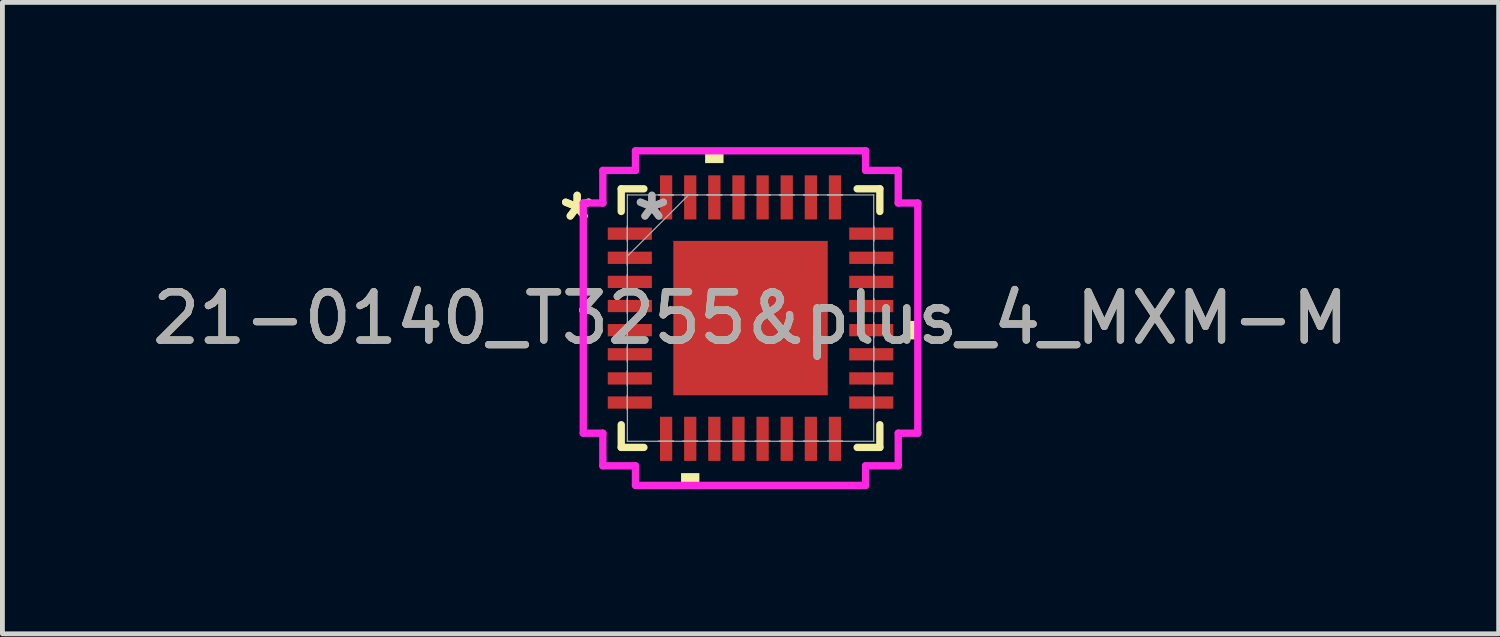
<source format=kicad_pcb>
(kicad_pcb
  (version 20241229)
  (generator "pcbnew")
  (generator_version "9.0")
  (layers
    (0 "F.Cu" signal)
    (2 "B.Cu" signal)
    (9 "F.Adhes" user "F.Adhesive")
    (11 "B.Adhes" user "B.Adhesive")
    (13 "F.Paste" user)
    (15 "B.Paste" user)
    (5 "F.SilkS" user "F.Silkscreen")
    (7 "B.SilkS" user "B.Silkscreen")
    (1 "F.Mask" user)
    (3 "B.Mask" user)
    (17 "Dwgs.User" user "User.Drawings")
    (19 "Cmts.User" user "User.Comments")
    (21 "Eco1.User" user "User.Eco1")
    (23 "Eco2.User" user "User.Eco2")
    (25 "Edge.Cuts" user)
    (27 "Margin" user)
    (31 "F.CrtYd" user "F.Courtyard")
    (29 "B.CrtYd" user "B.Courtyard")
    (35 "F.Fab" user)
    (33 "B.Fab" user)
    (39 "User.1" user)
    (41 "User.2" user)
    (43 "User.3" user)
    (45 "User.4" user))
  (footprint "21-0140_T3255&plus_4_MXM-M"
    (layer "F.Cu")
    (at 12.506 3.543)
    (property "Reference" "21-0140_T3255&plus_4_MXM-M" (at 0 0 0) (unlocked yes) (layer "F.SilkS") (effects (font (size 1 1) (thickness 0.15))))
    (attr smd)
    (fp_line (start -2.68 -2.68) (end -2.68 -2.21) (stroke (width 0.152) (type solid)) (layer "F.SilkS"))
    (fp_line (start -2.68 2.21) (end -2.68 2.68) (stroke (width 0.152) (type solid)) (layer "F.SilkS"))
    (fp_line (start -2.68 2.68) (end -2.21 2.68) (stroke (width 0.152) (type solid)) (layer "F.SilkS"))
    (fp_line (start -2.21 -2.68) (end -2.68 -2.68) (stroke (width 0.152) (type solid)) (layer "F.SilkS"))
    (fp_line (start 2.21 2.68) (end 2.68 2.68) (stroke (width 0.152) (type solid)) (layer "F.SilkS"))
    (fp_line (start 2.68 -2.68) (end 2.21 -2.68) (stroke (width 0.152) (type solid)) (layer "F.SilkS"))
    (fp_line (start 2.68 -2.21) (end 2.68 -2.68) (stroke (width 0.152) (type solid)) (layer "F.SilkS"))
    (fp_line (start 2.68 2.68) (end 2.68 2.21) (stroke (width 0.152) (type solid)) (layer "F.SilkS"))
    (fp_poly (pts (xy -1.44 3.213) (xy -1.44 3.467) (xy -1.06 3.467) (xy -1.06 3.213)) (stroke (width 0) (type solid)) (fill yes) (layer "F.SilkS"))
    (fp_poly (pts (xy -0.941 -3.213) (xy -0.941 -3.467) (xy -0.56 -3.467) (xy -0.56 -3.213)) (stroke (width 0) (type solid)) (fill yes) (layer "F.SilkS"))
    (fp_poly (pts (xy 3.467 0.059) (xy 3.467 0.441) (xy 3.213 0.441) (xy 3.213 0.059)) (stroke (width 0) (type solid)) (fill yes) (layer "F.SilkS"))
    (fp_poly (pts (xy -1.5 -1.5) (xy -1.5 -0.1) (xy -0.1 -0.1) (xy -0.1 -1.5)) (stroke (width 0) (type solid)) (fill yes) (layer "F.Paste"))
    (fp_poly (pts (xy -1.5 0.1) (xy -1.5 1.5) (xy -0.1 1.5) (xy -0.1 0.1)) (stroke (width 0) (type solid)) (fill yes) (layer "F.Paste"))
    (fp_poly (pts (xy 0.1 -1.5) (xy 0.1 -0.1) (xy 1.5 -0.1) (xy 1.5 -1.5)) (stroke (width 0) (type solid)) (fill yes) (layer "F.Paste"))
    (fp_poly (pts (xy 0.1 0.1) (xy 0.1 1.5) (xy 1.5 1.5) (xy 1.5 0.1)) (stroke (width 0) (type solid)) (fill yes) (layer "F.Paste"))
    (fp_line (start -3.467 -2.385) (end -3.061 -2.385) (stroke (width 0.152) (type solid)) (layer "F.CrtYd"))
    (fp_line (start -3.467 2.385) (end -3.467 -2.385) (stroke (width 0.152) (type solid)) (layer "F.CrtYd"))
    (fp_line (start -3.061 -3.061) (end -2.385 -3.061) (stroke (width 0.152) (type solid)) (layer "F.CrtYd"))
    (fp_line (start -3.061 -2.385) (end -3.061 -3.061) (stroke (width 0.152) (type solid)) (layer "F.CrtYd"))
    (fp_line (start -3.061 2.385) (end -3.467 2.385) (stroke (width 0.152) (type solid)) (layer "F.CrtYd"))
    (fp_line (start -3.061 3.061) (end -3.061 2.385) (stroke (width 0.152) (type solid)) (layer "F.CrtYd"))
    (fp_line (start -2.385 -3.467) (end 2.385 -3.467) (stroke (width 0.152) (type solid)) (layer "F.CrtYd"))
    (fp_line (start -2.385 -3.061) (end -2.385 -3.467) (stroke (width 0.152) (type solid)) (layer "F.CrtYd"))
    (fp_line (start -2.385 3.061) (end -3.061 3.061) (stroke (width 0.152) (type solid)) (layer "F.CrtYd"))
    (fp_line (start -2.385 3.467) (end -2.385 3.061) (stroke (width 0.152) (type solid)) (layer "F.CrtYd"))
    (fp_line (start 2.385 -3.467) (end 2.385 -3.061) (stroke (width 0.152) (type solid)) (layer "F.CrtYd"))
    (fp_line (start 2.385 -3.061) (end 3.061 -3.061) (stroke (width 0.152) (type solid)) (layer "F.CrtYd"))
    (fp_line (start 2.385 3.061) (end 2.385 3.467) (stroke (width 0.152) (type solid)) (layer "F.CrtYd"))
    (fp_line (start 2.385 3.467) (end -2.385 3.467) (stroke (width 0.152) (type solid)) (layer "F.CrtYd"))
    (fp_line (start 3.061 -3.061) (end 3.061 -2.385) (stroke (width 0.152) (type solid)) (layer "F.CrtYd"))
    (fp_line (start 3.061 -2.385) (end 3.467 -2.385) (stroke (width 0.152) (type solid)) (layer "F.CrtYd"))
    (fp_line (start 3.061 2.385) (end 3.061 3.061) (stroke (width 0.152) (type solid)) (layer "F.CrtYd"))
    (fp_line (start 3.061 3.061) (end 2.385 3.061) (stroke (width 0.152) (type solid)) (layer "F.CrtYd"))
    (fp_line (start 3.467 -2.385) (end 3.467 2.385) (stroke (width 0.152) (type solid)) (layer "F.CrtYd"))
    (fp_line (start 3.467 2.385) (end 3.061 2.385) (stroke (width 0.152) (type solid)) (layer "F.CrtYd"))
    (fp_line (start -2.553 -2.553) (end -2.553 -2.553) (stroke (width 0.025) (type solid)) (layer "F.Fab"))
    (fp_line (start -2.553 -2.553) (end -2.553 2.553) (stroke (width 0.025) (type solid)) (layer "F.Fab"))
    (fp_line (start -2.553 -1.902) (end -2.553 -1.902) (stroke (width 0.025) (type solid)) (layer "F.Fab"))
    (fp_line (start -2.553 -1.902) (end -2.553 -1.598) (stroke (width 0.025) (type solid)) (layer "F.Fab"))
    (fp_line (start -2.553 -1.598) (end -2.553 -1.902) (stroke (width 0.025) (type solid)) (layer "F.Fab"))
    (fp_line (start -2.553 -1.598) (end -2.553 -1.598) (stroke (width 0.025) (type solid)) (layer "F.Fab"))
    (fp_line (start -2.553 -1.402) (end -2.553 -1.402) (stroke (width 0.025) (type solid)) (layer "F.Fab"))
    (fp_line (start -2.553 -1.402) (end -2.553 -1.098) (stroke (width 0.025) (type solid)) (layer "F.Fab"))
    (fp_line (start -2.553 -1.283) (end -1.283 -2.553) (stroke (width 0.025) (type solid)) (layer "F.Fab"))
    (fp_line (start -2.553 -1.098) (end -2.553 -1.402) (stroke (width 0.025) (type solid)) (layer "F.Fab"))
    (fp_line (start -2.553 -1.098) (end -2.553 -1.098) (stroke (width 0.025) (type solid)) (layer "F.Fab"))
    (fp_line (start -2.553 -0.902) (end -2.553 -0.902) (stroke (width 0.025) (type solid)) (layer "F.Fab"))
    (fp_line (start -2.553 -0.902) (end -2.553 -0.598) (stroke (width 0.025) (type solid)) (layer "F.Fab"))
    (fp_line (start -2.553 -0.598) (end -2.553 -0.902) (stroke (width 0.025) (type solid)) (layer "F.Fab"))
    (fp_line (start -2.553 -0.598) (end -2.553 -0.598) (stroke (width 0.025) (type solid)) (layer "F.Fab"))
    (fp_line (start -2.553 -0.402) (end -2.553 -0.402) (stroke (width 0.025) (type solid)) (layer "F.Fab"))
    (fp_line (start -2.553 -0.402) (end -2.553 -0.098) (stroke (width 0.025) (type solid)) (layer "F.Fab"))
    (fp_line (start -2.553 -0.098) (end -2.553 -0.402) (stroke (width 0.025) (type solid)) (layer "F.Fab"))
    (fp_line (start -2.553 -0.098) (end -2.553 -0.098) (stroke (width 0.025) (type solid)) (layer "F.Fab"))
    (fp_line (start -2.553 0.098) (end -2.553 0.098) (stroke (width 0.025) (type solid)) (layer "F.Fab"))
    (fp_line (start -2.553 0.098) (end -2.553 0.402) (stroke (width 0.025) (type solid)) (layer "F.Fab"))
    (fp_line (start -2.553 0.402) (end -2.553 0.098) (stroke (width 0.025) (type solid)) (layer "F.Fab"))
    (fp_line (start -2.553 0.402) (end -2.553 0.402) (stroke (width 0.025) (type solid)) (layer "F.Fab"))
    (fp_line (start -2.553 0.598) (end -2.553 0.598) (stroke (width 0.025) (type solid)) (layer "F.Fab"))
    (fp_line (start -2.553 0.598) (end -2.553 0.902) (stroke (width 0.025) (type solid)) (layer "F.Fab"))
    (fp_line (start -2.553 0.902) (end -2.553 0.598) (stroke (width 0.025) (type solid)) (layer "F.Fab"))
    (fp_line (start -2.553 0.902) (end -2.553 0.902) (stroke (width 0.025) (type solid)) (layer "F.Fab"))
    (fp_line (start -2.553 1.098) (end -2.553 1.098) (stroke (width 0.025) (type solid)) (layer "F.Fab"))
    (fp_line (start -2.553 1.098) (end -2.553 1.402) (stroke (width 0.025) (type solid)) (layer "F.Fab"))
    (fp_line (start -2.553 1.402) (end -2.553 1.098) (stroke (width 0.025) (type solid)) (layer "F.Fab"))
    (fp_line (start -2.553 1.402) (end -2.553 1.402) (stroke (width 0.025) (type solid)) (layer "F.Fab"))
    (fp_line (start -2.553 1.598) (end -2.553 1.598) (stroke (width 0.025) (type solid)) (layer "F.Fab"))
    (fp_line (start -2.553 1.598) (end -2.553 1.902) (stroke (width 0.025) (type solid)) (layer "F.Fab"))
    (fp_line (start -2.553 1.902) (end -2.553 1.598) (stroke (width 0.025) (type solid)) (layer "F.Fab"))
    (fp_line (start -2.553 1.902) (end -2.553 1.902) (stroke (width 0.025) (type solid)) (layer "F.Fab"))
    (fp_line (start -2.553 2.553) (end -2.553 2.553) (stroke (width 0.025) (type solid)) (layer "F.Fab"))
    (fp_line (start -2.553 2.553) (end 2.553 2.553) (stroke (width 0.025) (type solid)) (layer "F.Fab"))
    (fp_line (start -1.902 -2.553) (end -1.902 -2.553) (stroke (width 0.025) (type solid)) (layer "F.Fab"))
    (fp_line (start -1.902 -2.553) (end -1.598 -2.553) (stroke (width 0.025) (type solid)) (layer "F.Fab"))
    (fp_line (start -1.902 2.553) (end -1.902 2.553) (stroke (width 0.025) (type solid)) (layer "F.Fab"))
    (fp_line (start -1.902 2.553) (end -1.598 2.553) (stroke (width 0.025) (type solid)) (layer "F.Fab"))
    (fp_line (start -1.598 -2.553) (end -1.902 -2.553) (stroke (width 0.025) (type solid)) (layer "F.Fab"))
    (fp_line (start -1.598 -2.553) (end -1.598 -2.553) (stroke (width 0.025) (type solid)) (layer "F.Fab"))
    (fp_line (start -1.598 2.553) (end -1.902 2.553) (stroke (width 0.025) (type solid)) (layer "F.Fab"))
    (fp_line (start -1.598 2.553) (end -1.598 2.553) (stroke (width 0.025) (type solid)) (layer "F.Fab"))
    (fp_line (start -1.402 -2.553) (end -1.402 -2.553) (stroke (width 0.025) (type solid)) (layer "F.Fab"))
    (fp_line (start -1.402 -2.553) (end -1.098 -2.553) (stroke (width 0.025) (type solid)) (layer "F.Fab"))
    (fp_line (start -1.402 2.553) (end -1.402 2.553) (stroke (width 0.025) (type solid)) (layer "F.Fab"))
    (fp_line (start -1.402 2.553) (end -1.098 2.553) (stroke (width 0.025) (type solid)) (layer "F.Fab"))
    (fp_line (start -1.098 -2.553) (end -1.402 -2.553) (stroke (width 0.025) (type solid)) (layer "F.Fab"))
    (fp_line (start -1.098 -2.553) (end -1.098 -2.553) (stroke (width 0.025) (type solid)) (layer "F.Fab"))
    (fp_line (start -1.098 2.553) (end -1.402 2.553) (stroke (width 0.025) (type solid)) (layer "F.Fab"))
    (fp_line (start -1.098 2.553) (end -1.098 2.553) (stroke (width 0.025) (type solid)) (layer "F.Fab"))
    (fp_line (start -0.902 -2.553) (end -0.902 -2.553) (stroke (width 0.025) (type solid)) (layer "F.Fab"))
    (fp_line (start -0.902 -2.553) (end -0.598 -2.553) (stroke (width 0.025) (type solid)) (layer "F.Fab"))
    (fp_line (start -0.902 2.553) (end -0.902 2.553) (stroke (width 0.025) (type solid)) (layer "F.Fab"))
    (fp_line (start -0.902 2.553) (end -0.598 2.553) (stroke (width 0.025) (type solid)) (layer "F.Fab"))
    (fp_line (start -0.598 -2.553) (end -0.902 -2.553) (stroke (width 0.025) (type solid)) (layer "F.Fab"))
    (fp_line (start -0.598 -2.553) (end -0.598 -2.553) (stroke (width 0.025) (type solid)) (layer "F.Fab"))
    (fp_line (start -0.598 2.553) (end -0.902 2.553) (stroke (width 0.025) (type solid)) (layer "F.Fab"))
    (fp_line (start -0.598 2.553) (end -0.598 2.553) (stroke (width 0.025) (type solid)) (layer "F.Fab"))
    (fp_line (start -0.402 -2.553) (end -0.402 -2.553) (stroke (width 0.025) (type solid)) (layer "F.Fab"))
    (fp_line (start -0.402 -2.553) (end -0.098 -2.553) (stroke (width 0.025) (type solid)) (layer "F.Fab"))
    (fp_line (start -0.402 2.553) (end -0.402 2.553) (stroke (width 0.025) (type solid)) (layer "F.Fab"))
    (fp_line (start -0.402 2.553) (end -0.098 2.553) (stroke (width 0.025) (type solid)) (layer "F.Fab"))
    (fp_line (start -0.098 -2.553) (end -0.402 -2.553) (stroke (width 0.025) (type solid)) (layer "F.Fab"))
    (fp_line (start -0.098 -2.553) (end -0.098 -2.553) (stroke (width 0.025) (type solid)) (layer "F.Fab"))
    (fp_line (start -0.098 2.553) (end -0.402 2.553) (stroke (width 0.025) (type solid)) (layer "F.Fab"))
    (fp_line (start -0.098 2.553) (end -0.098 2.553) (stroke (width 0.025) (type solid)) (layer "F.Fab"))
    (fp_line (start 0.098 -2.553) (end 0.098 -2.553) (stroke (width 0.025) (type solid)) (layer "F.Fab"))
    (fp_line (start 0.098 -2.553) (end 0.402 -2.553) (stroke (width 0.025) (type solid)) (layer "F.Fab"))
    (fp_line (start 0.098 2.553) (end 0.098 2.553) (stroke (width 0.025) (type solid)) (layer "F.Fab"))
    (fp_line (start 0.098 2.553) (end 0.402 2.553) (stroke (width 0.025) (type solid)) (layer "F.Fab"))
    (fp_line (start 0.402 -2.553) (end 0.098 -2.553) (stroke (width 0.025) (type solid)) (layer "F.Fab"))
    (fp_line (start 0.402 -2.553) (end 0.402 -2.553) (stroke (width 0.025) (type solid)) (layer "F.Fab"))
    (fp_line (start 0.402 2.553) (end 0.098 2.553) (stroke (width 0.025) (type solid)) (layer "F.Fab"))
    (fp_line (start 0.402 2.553) (end 0.402 2.553) (stroke (width 0.025) (type solid)) (layer "F.Fab"))
    (fp_line (start 0.598 -2.553) (end 0.598 -2.553) (stroke (width 0.025) (type solid)) (layer "F.Fab"))
    (fp_line (start 0.598 -2.553) (end 0.902 -2.553) (stroke (width 0.025) (type solid)) (layer "F.Fab"))
    (fp_line (start 0.598 2.553) (end 0.598 2.553) (stroke (width 0.025) (type solid)) (layer "F.Fab"))
    (fp_line (start 0.598 2.553) (end 0.902 2.553) (stroke (width 0.025) (type solid)) (layer "F.Fab"))
    (fp_line (start 0.902 -2.553) (end 0.598 -2.553) (stroke (width 0.025) (type solid)) (layer "F.Fab"))
    (fp_line (start 0.902 -2.553) (end 0.902 -2.553) (stroke (width 0.025) (type solid)) (layer "F.Fab"))
    (fp_line (start 0.902 2.553) (end 0.598 2.553) (stroke (width 0.025) (type solid)) (layer "F.Fab"))
    (fp_line (start 0.902 2.553) (end 0.902 2.553) (stroke (width 0.025) (type solid)) (layer "F.Fab"))
    (fp_line (start 1.098 -2.553) (end 1.098 -2.553) (stroke (width 0.025) (type solid)) (layer "F.Fab"))
    (fp_line (start 1.098 -2.553) (end 1.402 -2.553) (stroke (width 0.025) (type solid)) (layer "F.Fab"))
    (fp_line (start 1.098 2.553) (end 1.098 2.553) (stroke (width 0.025) (type solid)) (layer "F.Fab"))
    (fp_line (start 1.098 2.553) (end 1.402 2.553) (stroke (width 0.025) (type solid)) (layer "F.Fab"))
    (fp_line (start 1.402 -2.553) (end 1.098 -2.553) (stroke (width 0.025) (type solid)) (layer "F.Fab"))
    (fp_line (start 1.402 -2.553) (end 1.402 -2.553) (stroke (width 0.025) (type solid)) (layer "F.Fab"))
    (fp_line (start 1.402 2.553) (end 1.098 2.553) (stroke (width 0.025) (type solid)) (layer "F.Fab"))
    (fp_line (start 1.402 2.553) (end 1.402 2.553) (stroke (width 0.025) (type solid)) (layer "F.Fab"))
    (fp_line (start 1.598 -2.553) (end 1.598 -2.553) (stroke (width 0.025) (type solid)) (layer "F.Fab"))
    (fp_line (start 1.598 -2.553) (end 1.902 -2.553) (stroke (width 0.025) (type solid)) (layer "F.Fab"))
    (fp_line (start 1.598 2.553) (end 1.598 2.553) (stroke (width 0.025) (type solid)) (layer "F.Fab"))
    (fp_line (start 1.598 2.553) (end 1.902 2.553) (stroke (width 0.025) (type solid)) (layer "F.Fab"))
    (fp_line (start 1.902 -2.553) (end 1.598 -2.553) (stroke (width 0.025) (type solid)) (layer "F.Fab"))
    (fp_line (start 1.902 -2.553) (end 1.902 -2.553) (stroke (width 0.025) (type solid)) (layer "F.Fab"))
    (fp_line (start 1.902 2.553) (end 1.598 2.553) (stroke (width 0.025) (type solid)) (layer "F.Fab"))
    (fp_line (start 1.902 2.553) (end 1.902 2.553) (stroke (width 0.025) (type solid)) (layer "F.Fab"))
    (fp_line (start 2.553 -2.553) (end -2.553 -2.553) (stroke (width 0.025) (type solid)) (layer "F.Fab"))
    (fp_line (start 2.553 -2.553) (end 2.553 -2.553) (stroke (width 0.025) (type solid)) (layer "F.Fab"))
    (fp_line (start 2.553 -1.902) (end 2.553 -1.902) (stroke (width 0.025) (type solid)) (layer "F.Fab"))
    (fp_line (start 2.553 -1.902) (end 2.553 -1.598) (stroke (width 0.025) (type solid)) (layer "F.Fab"))
    (fp_line (start 2.553 -1.598) (end 2.553 -1.902) (stroke (width 0.025) (type solid)) (layer "F.Fab"))
    (fp_line (start 2.553 -1.598) (end 2.553 -1.598) (stroke (width 0.025) (type solid)) (layer "F.Fab"))
    (fp_line (start 2.553 -1.402) (end 2.553 -1.402) (stroke (width 0.025) (type solid)) (layer "F.Fab"))
    (fp_line (start 2.553 -1.402) (end 2.553 -1.098) (stroke (width 0.025) (type solid)) (layer "F.Fab"))
    (fp_line (start 2.553 -1.098) (end 2.553 -1.402) (stroke (width 0.025) (type solid)) (layer "F.Fab"))
    (fp_line (start 2.553 -1.098) (end 2.553 -1.098) (stroke (width 0.025) (type solid)) (layer "F.Fab"))
    (fp_line (start 2.553 -0.902) (end 2.553 -0.902) (stroke (width 0.025) (type solid)) (layer "F.Fab"))
    (fp_line (start 2.553 -0.902) (end 2.553 -0.598) (stroke (width 0.025) (type solid)) (layer "F.Fab"))
    (fp_line (start 2.553 -0.598) (end 2.553 -0.902) (stroke (width 0.025) (type solid)) (layer "F.Fab"))
    (fp_line (start 2.553 -0.598) (end 2.553 -0.598) (stroke (width 0.025) (type solid)) (layer "F.Fab"))
    (fp_line (start 2.553 -0.402) (end 2.553 -0.402) (stroke (width 0.025) (type solid)) (layer "F.Fab"))
    (fp_line (start 2.553 -0.402) (end 2.553 -0.098) (stroke (width 0.025) (type solid)) (layer "F.Fab"))
    (fp_line (start 2.553 -0.098) (end 2.553 -0.402) (stroke (width 0.025) (type solid)) (layer "F.Fab"))
    (fp_line (start 2.553 -0.098) (end 2.553 -0.098) (stroke (width 0.025) (type solid)) (layer "F.Fab"))
    (fp_line (start 2.553 0.098) (end 2.553 0.098) (stroke (width 0.025) (type solid)) (layer "F.Fab"))
    (fp_line (start 2.553 0.098) (end 2.553 0.402) (stroke (width 0.025) (type solid)) (layer "F.Fab"))
    (fp_line (start 2.553 0.402) (end 2.553 0.098) (stroke (width 0.025) (type solid)) (layer "F.Fab"))
    (fp_line (start 2.553 0.402) (end 2.553 0.402) (stroke (width 0.025) (type solid)) (layer "F.Fab"))
    (fp_line (start 2.553 0.598) (end 2.553 0.598) (stroke (width 0.025) (type solid)) (layer "F.Fab"))
    (fp_line (start 2.553 0.598) (end 2.553 0.902) (stroke (width 0.025) (type solid)) (layer "F.Fab"))
    (fp_line (start 2.553 0.902) (end 2.553 0.598) (stroke (width 0.025) (type solid)) (layer "F.Fab"))
    (fp_line (start 2.553 0.902) (end 2.553 0.902) (stroke (width 0.025) (type solid)) (layer "F.Fab"))
    (fp_line (start 2.553 1.098) (end 2.553 1.098) (stroke (width 0.025) (type solid)) (layer "F.Fab"))
    (fp_line (start 2.553 1.098) (end 2.553 1.402) (stroke (width 0.025) (type solid)) (layer "F.Fab"))
    (fp_line (start 2.553 1.402) (end 2.553 1.098) (stroke (width 0.025) (type solid)) (layer "F.Fab"))
    (fp_line (start 2.553 1.402) (end 2.553 1.402) (stroke (width 0.025) (type solid)) (layer "F.Fab"))
    (fp_line (start 2.553 1.598) (end 2.553 1.598) (stroke (width 0.025) (type solid)) (layer "F.Fab"))
    (fp_line (start 2.553 1.598) (end 2.553 1.902) (stroke (width 0.025) (type solid)) (layer "F.Fab"))
    (fp_line (start 2.553 1.902) (end 2.553 1.598) (stroke (width 0.025) (type solid)) (layer "F.Fab"))
    (fp_line (start 2.553 1.902) (end 2.553 1.902) (stroke (width 0.025) (type solid)) (layer "F.Fab"))
    (fp_line (start 2.553 2.553) (end 2.553 -2.553) (stroke (width 0.025) (type solid)) (layer "F.Fab"))
    (fp_line (start 2.553 2.553) (end 2.553 2.553) (stroke (width 0.025) (type solid)) (layer "F.Fab"))
    (fp_text user "*" (at -3.594 -2 0) (unlocked yes) (layer "F.SilkS") (effects (font (size 1 1) (thickness 0.15))))
    (fp_text user "*" (at -3.594 -2 0) (layer "F.SilkS") (effects (font (size 1 1) (thickness 0.15))))
    (fp_text user "${REFERENCE}" (at 0 0 0) (unlocked yes) (layer "F.Fab") (effects (font (size 1 1) (thickness 0.15))))
    (fp_text user "*" (at -2.045 -2 0) (unlocked yes) (layer "F.Fab") (effects (font (size 1 1) (thickness 0.15))))
    (fp_text user "*" (at -2.045 -2 0) (layer "F.Fab") (effects (font (size 1 1) (thickness 0.15))))
    (pad "1" smd rect (at -2.502 -1.75 90) (size 0.254 0.914) (layers "F.Cu" "F.Mask" "F.Paste"))
    (pad "2" smd rect (at -2.502 -1.25 90) (size 0.254 0.914) (layers "F.Cu" "F.Mask" "F.Paste"))
    (pad "3" smd rect (at -2.502 -0.75 90) (size 0.254 0.914) (layers "F.Cu" "F.Mask" "F.Paste"))
    (pad "4" smd rect (at -2.502 -0.25 90) (size 0.254 0.914) (layers "F.Cu" "F.Mask" "F.Paste"))
    (pad "5" smd rect (at -2.502 0.25 90) (size 0.254 0.914) (layers "F.Cu" "F.Mask" "F.Paste"))
    (pad "6" smd rect (at -2.502 0.75 90) (size 0.254 0.914) (layers "F.Cu" "F.Mask" "F.Paste"))
    (pad "7" smd rect (at -2.502 1.25 90) (size 0.254 0.914) (layers "F.Cu" "F.Mask" "F.Paste"))
    (pad "8" smd rect (at -2.502 1.75 90) (size 0.254 0.914) (layers "F.Cu" "F.Mask" "F.Paste"))
    (pad "9" smd rect (at -1.75 2.502) (size 0.254 0.914) (layers "F.Cu" "F.Mask" "F.Paste"))
    (pad "10" smd rect (at -1.25 2.502) (size 0.254 0.914) (layers "F.Cu" "F.Mask" "F.Paste"))
    (pad "11" smd rect (at -0.75 2.502) (size 0.254 0.914) (layers "F.Cu" "F.Mask" "F.Paste"))
    (pad "12" smd rect (at -0.25 2.502) (size 0.254 0.914) (layers "F.Cu" "F.Mask" "F.Paste"))
    (pad "13" smd rect (at 0.25 2.502) (size 0.254 0.914) (layers "F.Cu" "F.Mask" "F.Paste"))
    (pad "14" smd rect (at 0.75 2.502) (size 0.254 0.914) (layers "F.Cu" "F.Mask" "F.Paste"))
    (pad "15" smd rect (at 1.25 2.502) (size 0.254 0.914) (layers "F.Cu" "F.Mask" "F.Paste"))
    (pad "16" smd rect (at 1.75 2.502) (size 0.254 0.914) (layers "F.Cu" "F.Mask" "F.Paste"))
    (pad "17" smd rect (at 2.502 1.75 90) (size 0.254 0.914) (layers "F.Cu" "F.Mask" "F.Paste"))
    (pad "18" smd rect (at 2.502 1.25 90) (size 0.254 0.914) (layers "F.Cu" "F.Mask" "F.Paste"))
    (pad "19" smd rect (at 2.502 0.75 90) (size 0.254 0.914) (layers "F.Cu" "F.Mask" "F.Paste"))
    (pad "20" smd rect (at 2.502 0.25 90) (size 0.254 0.914) (layers "F.Cu" "F.Mask" "F.Paste"))
    (pad "21" smd rect (at 2.502 -0.25 90) (size 0.254 0.914) (layers "F.Cu" "F.Mask" "F.Paste"))
    (pad "22" smd rect (at 2.502 -0.75 90) (size 0.254 0.914) (layers "F.Cu" "F.Mask" "F.Paste"))
    (pad "23" smd rect (at 2.502 -1.25 90) (size 0.254 0.914) (layers "F.Cu" "F.Mask" "F.Paste"))
    (pad "24" smd rect (at 2.502 -1.75 90) (size 0.254 0.914) (layers "F.Cu" "F.Mask" "F.Paste"))
    (pad "25" smd rect (at 1.75 -2.502) (size 0.254 0.914) (layers "F.Cu" "F.Mask" "F.Paste"))
    (pad "26" smd rect (at 1.25 -2.502) (size 0.254 0.914) (layers "F.Cu" "F.Mask" "F.Paste"))
    (pad "27" smd rect (at 0.75 -2.502) (size 0.254 0.914) (layers "F.Cu" "F.Mask" "F.Paste"))
    (pad "28" smd rect (at 0.25 -2.502) (size 0.254 0.914) (layers "F.Cu" "F.Mask" "F.Paste"))
    (pad "29" smd rect (at -0.25 -2.502) (size 0.254 0.914) (layers "F.Cu" "F.Mask" "F.Paste"))
    (pad "30" smd rect (at -0.75 -2.502) (size 0.254 0.914) (layers "F.Cu" "F.Mask" "F.Paste"))
    (pad "31" smd rect (at -1.25 -2.502) (size 0.254 0.914) (layers "F.Cu" "F.Mask" "F.Paste"))
    (pad "32" smd rect (at -1.75 -2.502) (size 0.254 0.914) (layers "F.Cu" "F.Mask" "F.Paste"))
    (pad "33" smd rect (at 0 0) (size 3.2 3.2) (layers "F.Cu" "F.Mask")))
  (gr_rect
    (start -3 -3)
    (end 28.012 10.087)
    (stroke (width 0.1) (type default))
    (fill no)
    (layer "Edge.Cuts")))
</source>
